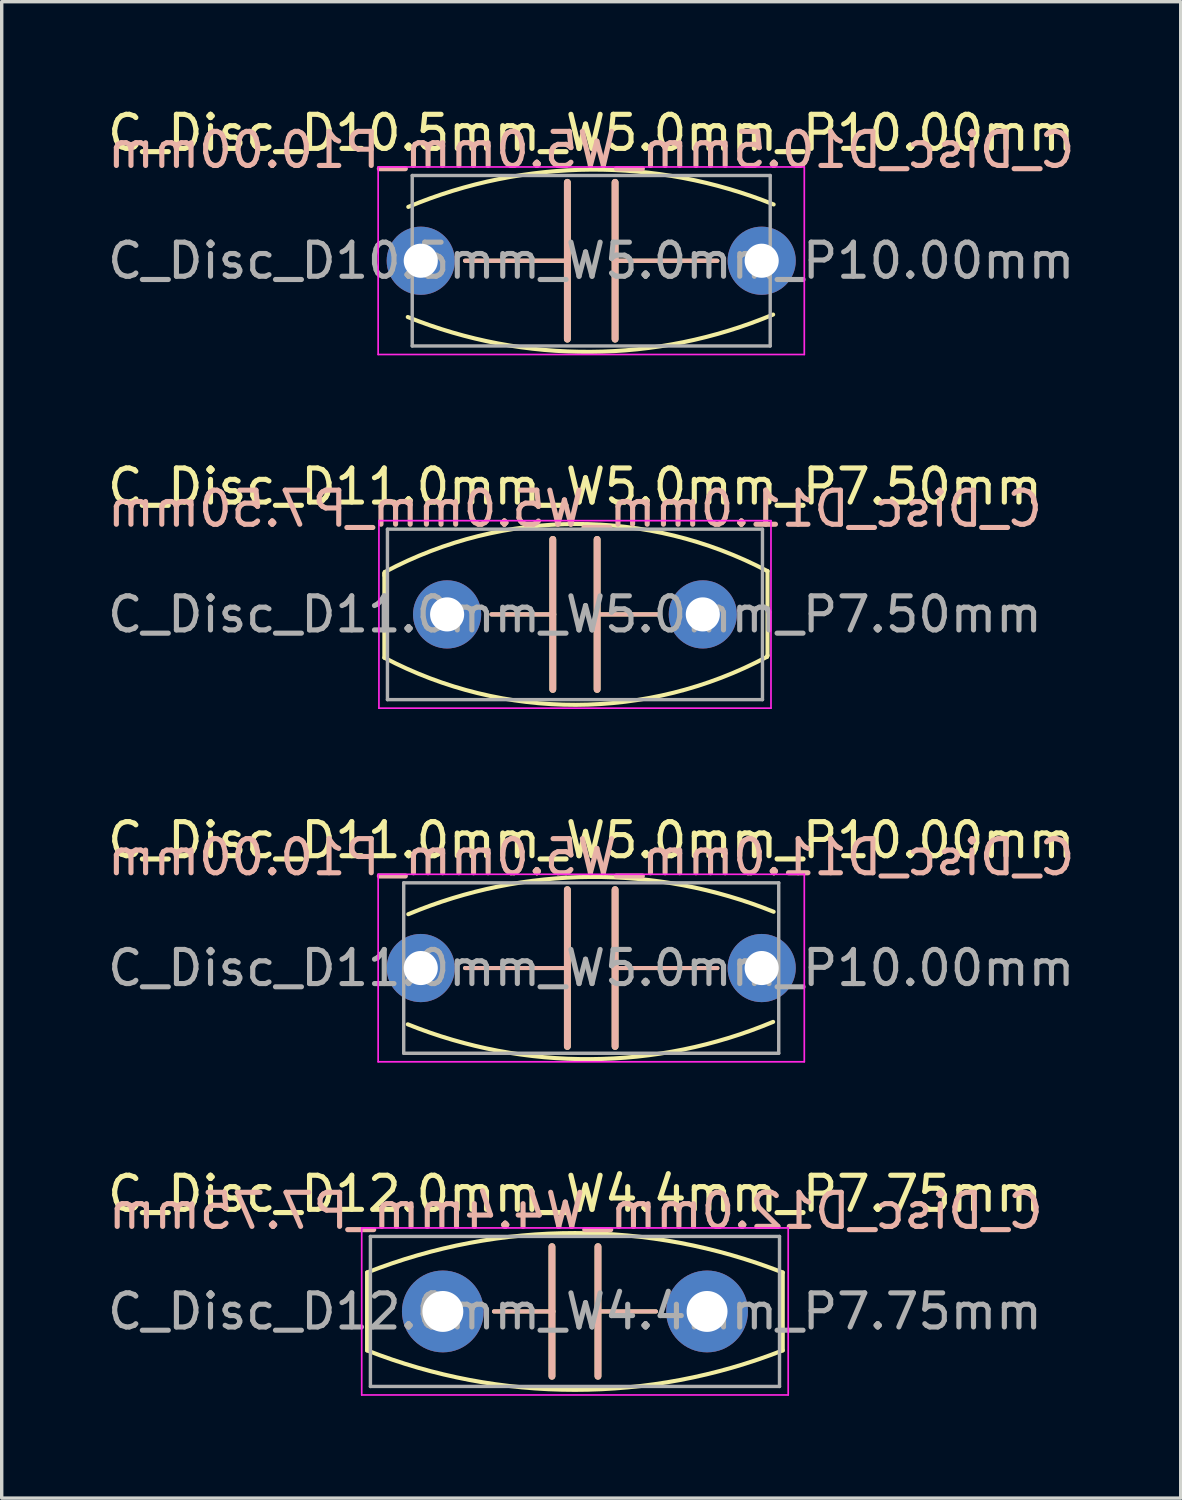
<source format=kicad_pcb>
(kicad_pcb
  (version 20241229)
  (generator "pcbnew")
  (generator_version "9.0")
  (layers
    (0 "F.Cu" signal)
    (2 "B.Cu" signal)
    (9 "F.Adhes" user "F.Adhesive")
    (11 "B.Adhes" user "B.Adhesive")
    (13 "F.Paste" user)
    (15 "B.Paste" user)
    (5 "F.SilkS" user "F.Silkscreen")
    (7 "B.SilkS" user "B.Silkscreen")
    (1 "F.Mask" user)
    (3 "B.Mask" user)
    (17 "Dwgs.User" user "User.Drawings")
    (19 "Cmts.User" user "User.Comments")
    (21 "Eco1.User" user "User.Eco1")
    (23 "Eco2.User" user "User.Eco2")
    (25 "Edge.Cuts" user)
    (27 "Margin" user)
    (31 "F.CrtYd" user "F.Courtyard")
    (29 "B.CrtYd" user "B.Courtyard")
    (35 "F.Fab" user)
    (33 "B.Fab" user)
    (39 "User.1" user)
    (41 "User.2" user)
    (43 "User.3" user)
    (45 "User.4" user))
  (footprint "C_Disc_D12.0mm_W4.4mm_P7.75mm"
    (layer "F.Cu")
    (at 9.94 35.418)
    (property "Reference" "C_Disc_D12.0mm_W4.4mm_P7.75mm" (at 3.875 -3.45 0) (layer "F.SilkS") (effects (font (size 1 1) (thickness 0.15))))
    (fp_line (start -2.223 1.143) (end -2.223 -1.143) (stroke (width 0.12) (type solid)) (layer "F.SilkS"))
    (fp_line (start 1.5 0) (end 3.2 0) (stroke (width 0.12) (type solid)) (layer "F.SilkS"))
    (fp_line (start 3.2 0) (end 3.2 -1.9) (stroke (width 0.2) (type solid)) (layer "F.SilkS"))
    (fp_line (start 3.2 0) (end 3.2 1.9) (stroke (width 0.2) (type solid)) (layer "F.SilkS"))
    (fp_line (start 4.55 0) (end 4.55 -1.9) (stroke (width 0.2) (type solid)) (layer "F.SilkS"))
    (fp_line (start 4.55 0) (end 4.55 1.9) (stroke (width 0.2) (type solid)) (layer "F.SilkS"))
    (fp_line (start 4.55 0) (end 6.25 0) (stroke (width 0.12) (type solid)) (layer "F.SilkS"))
    (fp_line (start 9.97 -1.143) (end 9.97 1.143) (stroke (width 0.12) (type solid)) (layer "F.SilkS"))
    (fp_arc (start -2.2225 -1.142999) (mid 3.8735 -2.299082) (end 9.9695 -1.143) (stroke (width 0.12) (type solid)) (layer "F.SilkS"))
    (fp_arc (start 9.9695 1.142999) (mid 3.8735 2.299082) (end -2.2225 1.143) (stroke (width 0.12) (type solid)) (layer "F.SilkS"))
    (fp_line (start 1.5 0) (end 3.2 0) (stroke (width 0.12) (type solid)) (layer "B.SilkS"))
    (fp_line (start 3.2 0) (end 3.2 -1.9) (stroke (width 0.2) (type solid)) (layer "B.SilkS"))
    (fp_line (start 3.2 0) (end 3.2 1.9) (stroke (width 0.2) (type solid)) (layer "B.SilkS"))
    (fp_line (start 4.55 0) (end 4.55 -1.9) (stroke (width 0.2) (type solid)) (layer "B.SilkS"))
    (fp_line (start 4.55 0) (end 4.55 1.9) (stroke (width 0.2) (type solid)) (layer "B.SilkS"))
    (fp_line (start 4.55 0) (end 6.25 0) (stroke (width 0.12) (type solid)) (layer "B.SilkS"))
    (fp_line (start -2.38 -2.45) (end -2.38 2.45) (stroke (width 0.05) (type solid)) (layer "F.CrtYd"))
    (fp_line (start -2.38 2.45) (end 10.13 2.45) (stroke (width 0.05) (type solid)) (layer "F.CrtYd"))
    (fp_line (start 10.13 -2.45) (end -2.38 -2.45) (stroke (width 0.05) (type solid)) (layer "F.CrtYd"))
    (fp_line (start 10.13 2.45) (end 10.13 -2.45) (stroke (width 0.05) (type solid)) (layer "F.CrtYd"))
    (fp_line (start -2.125 -2.2) (end -2.125 2.2) (stroke (width 0.1) (type solid)) (layer "F.Fab"))
    (fp_line (start -2.125 2.2) (end 9.875 2.2) (stroke (width 0.1) (type solid)) (layer "F.Fab"))
    (fp_line (start 9.875 -2.2) (end -2.125 -2.2) (stroke (width 0.1) (type solid)) (layer "F.Fab"))
    (fp_line (start 9.875 2.2) (end 9.875 -2.2) (stroke (width 0.1) (type solid)) (layer "F.Fab"))
    (fp_text user "${REFERENCE}" (at 3.9 -2.95 0) (layer "B.SilkS") (effects (font (size 1 1) (thickness 0.15)) (justify mirror)))
    (fp_text user "${REFERENCE}" (at 3.875 0 0) (layer "F.Fab") (effects (font (size 1 1) (thickness 0.15))))
    (pad "1" thru_hole circle (at 0 0) (size 2.4 2.4) (drill 1.2) (layers "*.Cu" "*.Mask"))
    (pad "2" thru_hole circle (at 7.75 0) (size 2.4 2.4) (drill 1.2) (layers "*.Cu" "*.Mask")))
  (footprint "C_Disc_D11.0mm_W5.0mm_P7.50mm"
    (layer "F.Cu")
    (at 10.065 14.972)
    (property "Reference" "C_Disc_D11.0mm_W5.0mm_P7.50mm" (at 3.75 -3.75 0) (layer "F.SilkS") (effects (font (size 1 1) (thickness 0.15))))
    (fp_line (start -1.841 -1.206) (end -1.828 -1.244) (stroke (width 0.12) (type solid)) (layer "F.SilkS"))
    (fp_line (start -1.841 -1.143) (end -1.841 -1.206) (stroke (width 0.12) (type solid)) (layer "F.SilkS"))
    (fp_line (start -1.841 1.27) (end -1.841 -1.143) (stroke (width 0.12) (type solid)) (layer "F.SilkS"))
    (fp_line (start 1.3 0) (end 3.1 0) (stroke (width 0.12) (type solid)) (layer "F.SilkS"))
    (fp_line (start 3.1 0) (end 3.1 -2.2) (stroke (width 0.2) (type solid)) (layer "F.SilkS"))
    (fp_line (start 3.1 0) (end 3.1 2.2) (stroke (width 0.2) (type solid)) (layer "F.SilkS"))
    (fp_line (start 4.4 0) (end 4.4 -2.2) (stroke (width 0.2) (type solid)) (layer "F.SilkS"))
    (fp_line (start 4.4 0) (end 4.4 2.2) (stroke (width 0.2) (type solid)) (layer "F.SilkS"))
    (fp_line (start 4.4 0) (end 6.2 0) (stroke (width 0.12) (type solid)) (layer "F.SilkS"))
    (fp_line (start 9.398 -1.27) (end 9.398 1.206) (stroke (width 0.12) (type solid)) (layer "F.SilkS"))
    (fp_line (start 9.398 1.206) (end 9.384 1.244) (stroke (width 0.12) (type solid)) (layer "F.SilkS"))
    (fp_arc (start -1.827515 -1.243759) (mid 3.781981 -2.652175) (end 9.398 -1.27) (stroke (width 0.12) (type solid)) (layer "F.SilkS"))
    (fp_arc (start 9.384015 1.243759) (mid 3.774519 2.652175) (end -1.8415 1.27) (stroke (width 0.12) (type solid)) (layer "F.SilkS"))
    (fp_line (start 1.3 0) (end 3.048 0) (stroke (width 0.12) (type solid)) (layer "B.SilkS"))
    (fp_line (start 3.1 0) (end 3.1 -2.2) (stroke (width 0.2) (type solid)) (layer "B.SilkS"))
    (fp_line (start 3.1 0) (end 3.1 2.2) (stroke (width 0.2) (type solid)) (layer "B.SilkS"))
    (fp_line (start 4.4 0) (end 4.4 -2.2) (stroke (width 0.2) (type solid)) (layer "B.SilkS"))
    (fp_line (start 4.4 0) (end 4.4 2.2) (stroke (width 0.2) (type solid)) (layer "B.SilkS"))
    (fp_line (start 4.445 0) (end 6.2 0) (stroke (width 0.12) (type solid)) (layer "B.SilkS"))
    (fp_line (start -2 -2.75) (end -2 2.75) (stroke (width 0.05) (type solid)) (layer "F.CrtYd"))
    (fp_line (start -2 2.75) (end 9.5 2.75) (stroke (width 0.05) (type solid)) (layer "F.CrtYd"))
    (fp_line (start 9.5 -2.75) (end -2 -2.75) (stroke (width 0.05) (type solid)) (layer "F.CrtYd"))
    (fp_line (start 9.5 2.75) (end 9.5 -2.75) (stroke (width 0.05) (type solid)) (layer "F.CrtYd"))
    (fp_line (start -1.75 -2.5) (end -1.75 2.5) (stroke (width 0.1) (type solid)) (layer "F.Fab"))
    (fp_line (start -1.75 2.5) (end 9.25 2.5) (stroke (width 0.1) (type solid)) (layer "F.Fab"))
    (fp_line (start 9.25 -2.5) (end -1.75 -2.5) (stroke (width 0.1) (type solid)) (layer "F.Fab"))
    (fp_line (start 9.25 2.5) (end 9.25 -2.5) (stroke (width 0.1) (type solid)) (layer "F.Fab"))
    (fp_text user "${REFERENCE}" (at 3.75 -3.1 0) (layer "B.SilkS") (effects (font (size 1 1) (thickness 0.15)) (justify mirror)))
    (fp_text user "${REFERENCE}" (at 3.75 0 0) (layer "F.Fab") (effects (font (size 1 1) (thickness 0.15))))
    (pad "1" thru_hole circle (at 0 0) (size 2 2) (drill 1) (layers "*.Cu" "*.Mask"))
    (pad "2" thru_hole circle (at 7.5 0) (size 2 2) (drill 1) (layers "*.Cu" "*.Mask")))
  (footprint "C_Disc_D11.0mm_W5.0mm_P10.00mm"
    (layer "F.Cu")
    (at 9.292 25.345)
    (property "Reference" "C_Disc_D11.0mm_W5.0mm_P10.00mm" (at 5 -3.75 0) (layer "F.SilkS") (effects (font (size 1 1) (thickness 0.15))))
    (fp_line (start 1.3 0) (end 4.3 0) (stroke (width 0.12) (type solid)) (layer "F.SilkS"))
    (fp_line (start 4.3 0) (end 4.3 -2.3) (stroke (width 0.2) (type solid)) (layer "F.SilkS"))
    (fp_line (start 4.3 0) (end 4.3 2.3) (stroke (width 0.2) (type solid)) (layer "F.SilkS"))
    (fp_line (start 5.7 0) (end 5.7 -2.3) (stroke (width 0.2) (type solid)) (layer "F.SilkS"))
    (fp_line (start 5.7 0) (end 5.7 2.3) (stroke (width 0.2) (type solid)) (layer "F.SilkS"))
    (fp_line (start 5.7 0) (end 8.7 0) (stroke (width 0.12) (type solid)) (layer "F.SilkS"))
    (fp_arc (start -0.365657 -1.579056) (mid 4.985322 -2.672545) (end 10.3505 -1.651) (stroke (width 0.12) (type solid)) (layer "F.SilkS"))
    (fp_arc (start 10.335157 1.579056) (mid 4.984178 2.672545) (end -0.381 1.651) (stroke (width 0.12) (type solid)) (layer "F.SilkS"))
    (fp_line (start 1.3 0) (end 4.3 0) (stroke (width 0.12) (type solid)) (layer "B.SilkS"))
    (fp_line (start 4.3 0) (end 4.3 -2.3) (stroke (width 0.2) (type solid)) (layer "B.SilkS"))
    (fp_line (start 4.3 0) (end 4.3 2.3) (stroke (width 0.2) (type solid)) (layer "B.SilkS"))
    (fp_line (start 5.7 0) (end 5.7 -2.3) (stroke (width 0.2) (type solid)) (layer "B.SilkS"))
    (fp_line (start 5.7 0) (end 5.7 2.3) (stroke (width 0.2) (type solid)) (layer "B.SilkS"))
    (fp_line (start 5.7 0) (end 8.7 0) (stroke (width 0.12) (type solid)) (layer "B.SilkS"))
    (fp_line (start -1.25 -2.75) (end -1.25 2.75) (stroke (width 0.05) (type solid)) (layer "F.CrtYd"))
    (fp_line (start -1.25 2.75) (end 11.25 2.75) (stroke (width 0.05) (type solid)) (layer "F.CrtYd"))
    (fp_line (start 11.25 -2.75) (end -1.25 -2.75) (stroke (width 0.05) (type solid)) (layer "F.CrtYd"))
    (fp_line (start 11.25 2.75) (end 11.25 -2.75) (stroke (width 0.05) (type solid)) (layer "F.CrtYd"))
    (fp_line (start -0.5 -2.5) (end -0.5 2.5) (stroke (width 0.1) (type solid)) (layer "F.Fab"))
    (fp_line (start -0.5 2.5) (end 10.5 2.5) (stroke (width 0.1) (type solid)) (layer "F.Fab"))
    (fp_line (start 10.5 -2.5) (end -0.5 -2.5) (stroke (width 0.1) (type solid)) (layer "F.Fab"))
    (fp_line (start 10.5 2.5) (end 10.5 -2.5) (stroke (width 0.1) (type solid)) (layer "F.Fab"))
    (fp_text user "${REFERENCE}" (at 5 -3.25 0) (layer "B.SilkS") (effects (font (size 1 1) (thickness 0.15)) (justify mirror)))
    (fp_text user "${REFERENCE}" (at 5 0 0) (layer "F.Fab") (effects (font (size 1 1) (thickness 0.15))))
    (pad "1" thru_hole circle (at 0 0) (size 2 2) (drill 1) (layers "*.Cu" "*.Mask"))
    (pad "2" thru_hole circle (at 10 0) (size 2 2) (drill 1) (layers "*.Cu" "*.Mask")))
  (footprint "C_Disc_D10.5mm_W5.0mm_P10.00mm"
    (layer "F.Cu")
    (at 9.292 4.598)
    (property "Reference" "C_Disc_D10.5mm_W5.0mm_P10.00mm" (at 5 -3.75 0) (layer "F.SilkS") (effects (font (size 1 1) (thickness 0.15))))
    (fp_line (start 1.3 0) (end 4.3 0) (stroke (width 0.12) (type solid)) (layer "F.SilkS"))
    (fp_line (start 4.3 0) (end 4.3 -2.3) (stroke (width 0.2) (type solid)) (layer "F.SilkS"))
    (fp_line (start 4.3 0) (end 4.3 2.3) (stroke (width 0.2) (type solid)) (layer "F.SilkS"))
    (fp_line (start 5.7 0) (end 5.7 -2.3) (stroke (width 0.2) (type solid)) (layer "F.SilkS"))
    (fp_line (start 5.7 0) (end 5.7 2.3) (stroke (width 0.2) (type solid)) (layer "F.SilkS"))
    (fp_line (start 5.7 0) (end 8.7 0) (stroke (width 0.12) (type solid)) (layer "F.SilkS"))
    (fp_arc (start -0.365657 -1.579056) (mid 4.985322 -2.672545) (end 10.3505 -1.651) (stroke (width 0.12) (type solid)) (layer "F.SilkS"))
    (fp_arc (start 10.335157 1.579056) (mid 4.984178 2.672545) (end -0.381 1.651) (stroke (width 0.12) (type solid)) (layer "F.SilkS"))
    (fp_line (start 1.3 0) (end 4.3 0) (stroke (width 0.12) (type solid)) (layer "B.SilkS"))
    (fp_line (start 4.3 0) (end 4.3 -2.3) (stroke (width 0.2) (type solid)) (layer "B.SilkS"))
    (fp_line (start 4.3 0) (end 4.3 2.3) (stroke (width 0.2) (type solid)) (layer "B.SilkS"))
    (fp_line (start 5.7 0) (end 5.7 -2.3) (stroke (width 0.2) (type solid)) (layer "B.SilkS"))
    (fp_line (start 5.7 0) (end 5.7 2.3) (stroke (width 0.2) (type solid)) (layer "B.SilkS"))
    (fp_line (start 5.7 0) (end 8.7 0) (stroke (width 0.12) (type solid)) (layer "B.SilkS"))
    (fp_line (start -1.25 -2.75) (end -1.25 2.75) (stroke (width 0.05) (type solid)) (layer "F.CrtYd"))
    (fp_line (start -1.25 2.75) (end 11.25 2.75) (stroke (width 0.05) (type solid)) (layer "F.CrtYd"))
    (fp_line (start 11.25 -2.75) (end -1.25 -2.75) (stroke (width 0.05) (type solid)) (layer "F.CrtYd"))
    (fp_line (start 11.25 2.75) (end 11.25 -2.75) (stroke (width 0.05) (type solid)) (layer "F.CrtYd"))
    (fp_line (start -0.25 -2.5) (end -0.25 2.5) (stroke (width 0.1) (type solid)) (layer "F.Fab"))
    (fp_line (start -0.25 2.5) (end 10.25 2.5) (stroke (width 0.1) (type solid)) (layer "F.Fab"))
    (fp_line (start 10.25 -2.5) (end -0.25 -2.5) (stroke (width 0.1) (type solid)) (layer "F.Fab"))
    (fp_line (start 10.25 2.5) (end 10.25 -2.5) (stroke (width 0.1) (type solid)) (layer "F.Fab"))
    (fp_text user "${REFERENCE}" (at 5 -3.25 0) (layer "B.SilkS") (effects (font (size 1 1) (thickness 0.15)) (justify mirror)))
    (fp_text user "${REFERENCE}" (at 5 0 0) (layer "F.Fab") (effects (font (size 1 1) (thickness 0.15))))
    (pad "1" thru_hole circle (at 0 0) (size 2 2) (drill 1) (layers "*.Cu" "*.Mask"))
    (pad "2" thru_hole circle (at 10 0) (size 2 2) (drill 1) (layers "*.Cu" "*.Mask")))
  (gr_rect
    (start -3 -3)
    (end 31.583 40.893)
    (stroke (width 0.1) (type default))
    (fill no)
    (layer "Edge.Cuts")))
</source>
